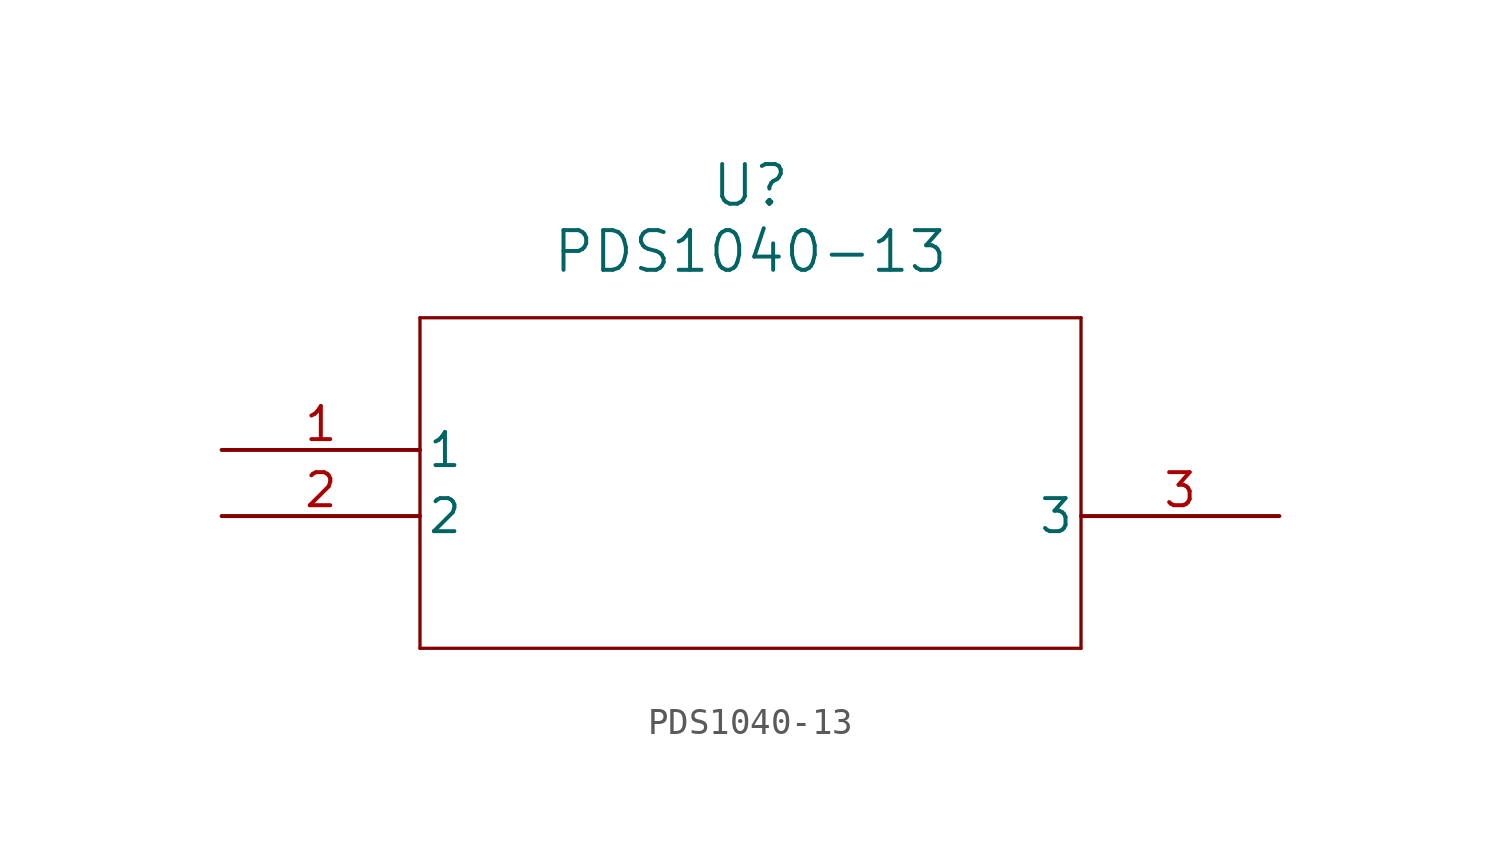
<source format=kicad_sym>
(kicad_symbol_lib
  (version 20211014)
  (generator kicad_symbol_editor)
  (symbol "PDS1040-13"
    (pin_names
      (offset 0.254))
    (property "Reference" "U"
      (at 20.32 10.16 0)
      (effects (font (size 1.524 1.524))))
    (property "Value" "PDS1040-13"
      (at 20.32 7.62 0)
      (effects (font (size 1.524 1.524))))
    (symbol "PDS1040-13_0_1"
      (polyline (pts (xy 7.62 5.08) (xy 7.62 -7.62)) (stroke (width 0.127) (type default) (color 0 0 0 0)) (fill (type none)))
      (polyline (pts (xy 7.62 -7.62) (xy 33.02 -7.62)) (stroke (width 0.127) (type default) (color 0 0 0 0)) (fill (type none)))
      (polyline (pts (xy 33.02 -7.62) (xy 33.02 5.08)) (stroke (width 0.127) (type default) (color 0 0 0 0)) (fill (type none)))
      (polyline (pts (xy 33.02 5.08) (xy 7.62 5.08)) (stroke (width 0.127) (type default) (color 0 0 0 0)) (fill (type none)))
      (pin unspecified line (at 0 0 0) (length 7.62) (name "1" (effects (font (size 1.27 1.27)))) (number "1" (effects (font (size 1.27 1.27)))))
      (pin unspecified line (at 0 -2.54 0) (length 7.62) (name "2" (effects (font (size 1.27 1.27)))) (number "2" (effects (font (size 1.27 1.27)))))
      (pin unspecified line (at 40.64 -2.54 180) (length 7.62) (name "3" (effects (font (size 1.27 1.27)))) (number "3" (effects (font (size 1.27 1.27))))))))
</source>
